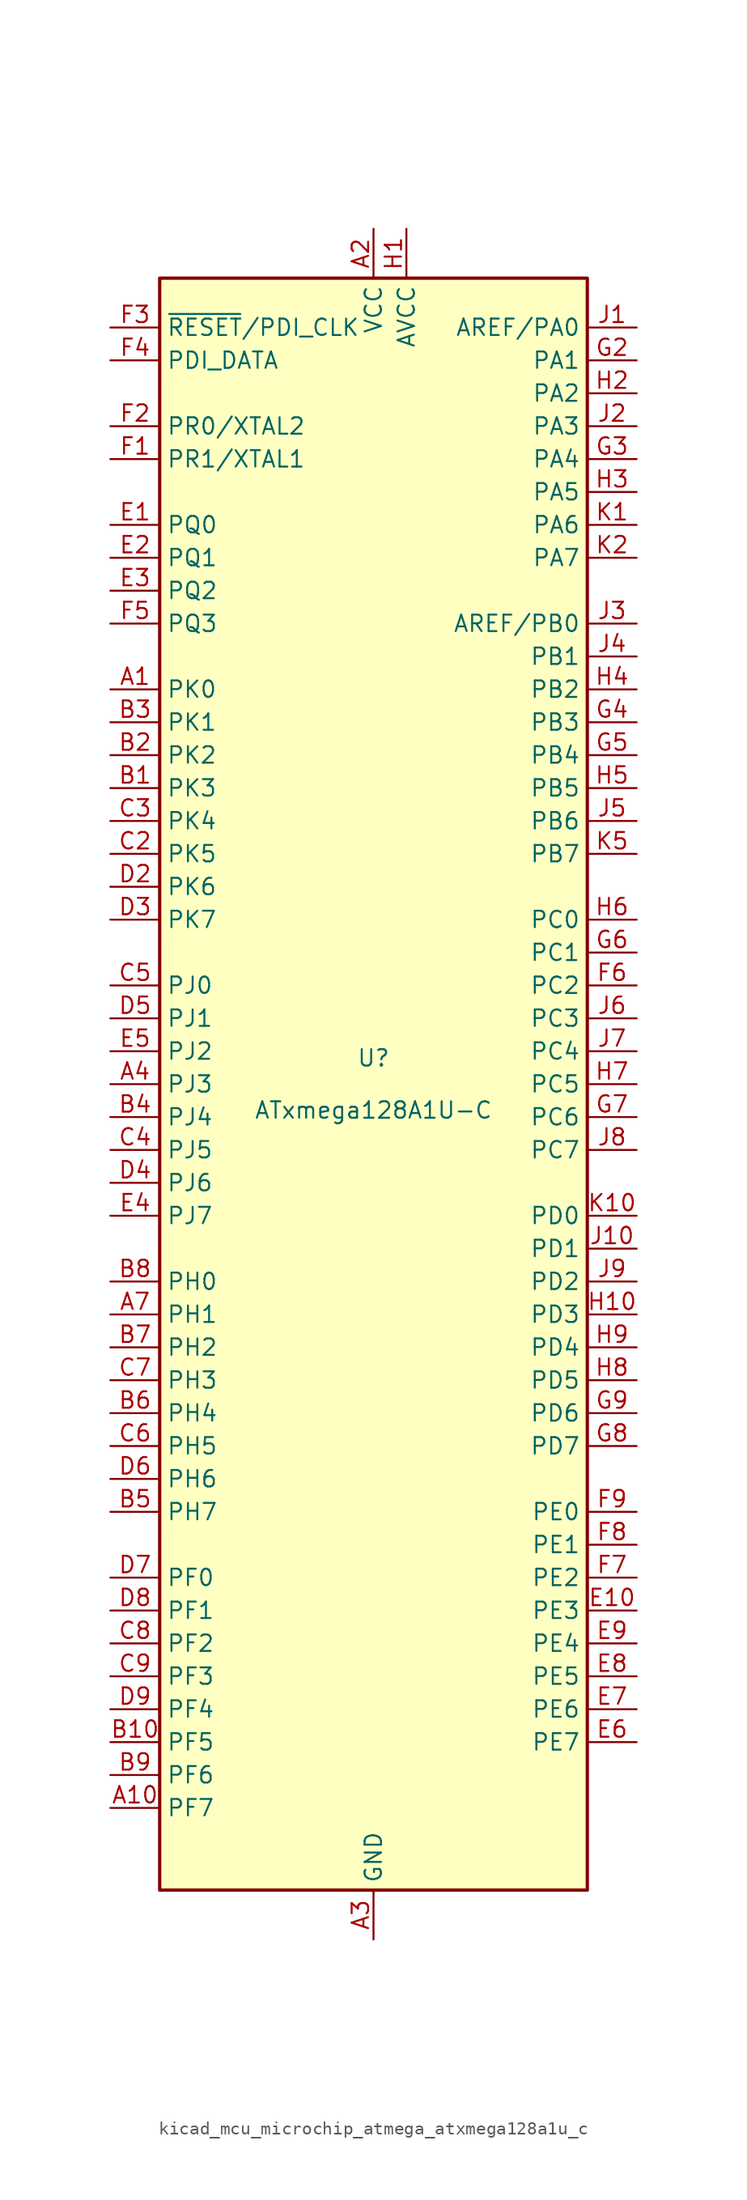
<source format=kicad_sym>
(kicad_symbol_lib
  (version 20220914)
  (generator kicad_symbol_editor)
  (symbol "kicad_mcu_microchip_atmega_atxmega128a1u_c"
    (property "Reference" "U"
      (at 0 1.27 0)
      (effects (font (size 1.27 1.27)) (justify bottom)))
    (property "Value" "ATxmega128A1U-C"
      (at 0 -1.27 0)
      (effects (font (size 1.27 1.27)) (justify top)))
    (symbol "kicad_mcu_microchip_atmega_atxmega128a1u_c_0_1"
      (rectangle (start -16.51 -62.23) (end 16.51 62.23) (stroke (width 0.254) (type default)) (fill (type background))))
    (symbol "kicad_mcu_microchip_atmega_atxmega128a1u_c_1_1"
      (pin bidirectional line (at -20.32 30.48 0) (length 3.81) (name "PK0" (effects (font (size 1.27 1.27)))) (number "A1" (effects (font (size 1.27 1.27)))))
      (pin bidirectional line (at -20.32 -55.88 0) (length 3.81) (name "PF7" (effects (font (size 1.27 1.27)))) (number "A10" (effects (font (size 1.27 1.27)))))
      (pin power_in line (at 0 66.04 270) (length 3.81) (name "VCC" (effects (font (size 1.27 1.27)))) (number "A2" (effects (font (size 1.27 1.27)))))
      (pin power_in line (at 0 -66.04 90) (length 3.81) (name "GND" (effects (font (size 1.27 1.27)))) (number "A3" (effects (font (size 1.27 1.27)))))
      (pin bidirectional line (at -20.32 0 0) (length 3.81) (name "PJ3" (effects (font (size 1.27 1.27)))) (number "A4" (effects (font (size 1.27 1.27)))))
      (pin passive line (at 0 66.04 270) (length 3.81) hide (name "VCC" (effects (font (size 1.27 1.27)))) (number "A5" (effects (font (size 1.27 1.27)))))
      (pin passive line (at 0 -66.04 90) (length 3.81) hide (name "GND" (effects (font (size 1.27 1.27)))) (number "A6" (effects (font (size 1.27 1.27)))))
      (pin bidirectional line (at -20.32 -17.78 0) (length 3.81) (name "PH1" (effects (font (size 1.27 1.27)))) (number "A7" (effects (font (size 1.27 1.27)))))
      (pin passive line (at 0 -66.04 90) (length 3.81) hide (name "GND" (effects (font (size 1.27 1.27)))) (number "A8" (effects (font (size 1.27 1.27)))))
      (pin passive line (at 0 66.04 270) (length 3.81) hide (name "VCC" (effects (font (size 1.27 1.27)))) (number "A9" (effects (font (size 1.27 1.27)))))
      (pin bidirectional line (at -20.32 22.86 0) (length 3.81) (name "PK3" (effects (font (size 1.27 1.27)))) (number "B1" (effects (font (size 1.27 1.27)))))
      (pin bidirectional line (at -20.32 -50.8 0) (length 3.81) (name "PF5" (effects (font (size 1.27 1.27)))) (number "B10" (effects (font (size 1.27 1.27)))))
      (pin bidirectional line (at -20.32 25.4 0) (length 3.81) (name "PK2" (effects (font (size 1.27 1.27)))) (number "B2" (effects (font (size 1.27 1.27)))))
      (pin bidirectional line (at -20.32 27.94 0) (length 3.81) (name "PK1" (effects (font (size 1.27 1.27)))) (number "B3" (effects (font (size 1.27 1.27)))))
      (pin bidirectional line (at -20.32 -2.54 0) (length 3.81) (name "PJ4" (effects (font (size 1.27 1.27)))) (number "B4" (effects (font (size 1.27 1.27)))))
      (pin bidirectional line (at -20.32 -33.02 0) (length 3.81) (name "PH7" (effects (font (size 1.27 1.27)))) (number "B5" (effects (font (size 1.27 1.27)))))
      (pin bidirectional line (at -20.32 -25.4 0) (length 3.81) (name "PH4" (effects (font (size 1.27 1.27)))) (number "B6" (effects (font (size 1.27 1.27)))))
      (pin bidirectional line (at -20.32 -20.32 0) (length 3.81) (name "PH2" (effects (font (size 1.27 1.27)))) (number "B7" (effects (font (size 1.27 1.27)))))
      (pin bidirectional line (at -20.32 -15.24 0) (length 3.81) (name "PH0" (effects (font (size 1.27 1.27)))) (number "B8" (effects (font (size 1.27 1.27)))))
      (pin bidirectional line (at -20.32 -53.34 0) (length 3.81) (name "PF6" (effects (font (size 1.27 1.27)))) (number "B9" (effects (font (size 1.27 1.27)))))
      (pin passive line (at 0 66.04 270) (length 3.81) hide (name "VCC" (effects (font (size 1.27 1.27)))) (number "C1" (effects (font (size 1.27 1.27)))))
      (pin passive line (at 0 66.04 270) (length 3.81) hide (name "VCC" (effects (font (size 1.27 1.27)))) (number "C10" (effects (font (size 1.27 1.27)))))
      (pin bidirectional line (at -20.32 17.78 0) (length 3.81) (name "PK5" (effects (font (size 1.27 1.27)))) (number "C2" (effects (font (size 1.27 1.27)))))
      (pin bidirectional line (at -20.32 20.32 0) (length 3.81) (name "PK4" (effects (font (size 1.27 1.27)))) (number "C3" (effects (font (size 1.27 1.27)))))
      (pin bidirectional line (at -20.32 -5.08 0) (length 3.81) (name "PJ5" (effects (font (size 1.27 1.27)))) (number "C4" (effects (font (size 1.27 1.27)))))
      (pin bidirectional line (at -20.32 7.62 0) (length 3.81) (name "PJ0" (effects (font (size 1.27 1.27)))) (number "C5" (effects (font (size 1.27 1.27)))))
      (pin bidirectional line (at -20.32 -27.94 0) (length 3.81) (name "PH5" (effects (font (size 1.27 1.27)))) (number "C6" (effects (font (size 1.27 1.27)))))
      (pin bidirectional line (at -20.32 -22.86 0) (length 3.81) (name "PH3" (effects (font (size 1.27 1.27)))) (number "C7" (effects (font (size 1.27 1.27)))))
      (pin bidirectional line (at -20.32 -43.18 0) (length 3.81) (name "PF2" (effects (font (size 1.27 1.27)))) (number "C8" (effects (font (size 1.27 1.27)))))
      (pin bidirectional line (at -20.32 -45.72 0) (length 3.81) (name "PF3" (effects (font (size 1.27 1.27)))) (number "C9" (effects (font (size 1.27 1.27)))))
      (pin passive line (at 0 -66.04 90) (length 3.81) hide (name "GND" (effects (font (size 1.27 1.27)))) (number "D1" (effects (font (size 1.27 1.27)))))
      (pin passive line (at 0 -66.04 90) (length 3.81) hide (name "GND" (effects (font (size 1.27 1.27)))) (number "D10" (effects (font (size 1.27 1.27)))))
      (pin bidirectional line (at -20.32 15.24 0) (length 3.81) (name "PK6" (effects (font (size 1.27 1.27)))) (number "D2" (effects (font (size 1.27 1.27)))))
      (pin bidirectional line (at -20.32 12.7 0) (length 3.81) (name "PK7" (effects (font (size 1.27 1.27)))) (number "D3" (effects (font (size 1.27 1.27)))))
      (pin bidirectional line (at -20.32 -7.62 0) (length 3.81) (name "PJ6" (effects (font (size 1.27 1.27)))) (number "D4" (effects (font (size 1.27 1.27)))))
      (pin bidirectional line (at -20.32 5.08 0) (length 3.81) (name "PJ1" (effects (font (size 1.27 1.27)))) (number "D5" (effects (font (size 1.27 1.27)))))
      (pin bidirectional line (at -20.32 -30.48 0) (length 3.81) (name "PH6" (effects (font (size 1.27 1.27)))) (number "D6" (effects (font (size 1.27 1.27)))))
      (pin bidirectional line (at -20.32 -38.1 0) (length 3.81) (name "PF0" (effects (font (size 1.27 1.27)))) (number "D7" (effects (font (size 1.27 1.27)))))
      (pin bidirectional line (at -20.32 -40.64 0) (length 3.81) (name "PF1" (effects (font (size 1.27 1.27)))) (number "D8" (effects (font (size 1.27 1.27)))))
      (pin bidirectional line (at -20.32 -48.26 0) (length 3.81) (name "PF4" (effects (font (size 1.27 1.27)))) (number "D9" (effects (font (size 1.27 1.27)))))
      (pin bidirectional line (at -20.32 43.18 0) (length 3.81) (name "PQ0" (effects (font (size 1.27 1.27)))) (number "E1" (effects (font (size 1.27 1.27)))))
      (pin bidirectional line (at 20.32 -40.64 180) (length 3.81) (name "PE3" (effects (font (size 1.27 1.27)))) (number "E10" (effects (font (size 1.27 1.27)))))
      (pin bidirectional line (at -20.32 40.64 0) (length 3.81) (name "PQ1" (effects (font (size 1.27 1.27)))) (number "E2" (effects (font (size 1.27 1.27)))))
      (pin bidirectional line (at -20.32 38.1 0) (length 3.81) (name "PQ2" (effects (font (size 1.27 1.27)))) (number "E3" (effects (font (size 1.27 1.27)))))
      (pin bidirectional line (at -20.32 -10.16 0) (length 3.81) (name "PJ7" (effects (font (size 1.27 1.27)))) (number "E4" (effects (font (size 1.27 1.27)))))
      (pin bidirectional line (at -20.32 2.54 0) (length 3.81) (name "PJ2" (effects (font (size 1.27 1.27)))) (number "E5" (effects (font (size 1.27 1.27)))))
      (pin bidirectional line (at 20.32 -50.8 180) (length 3.81) (name "PE7" (effects (font (size 1.27 1.27)))) (number "E6" (effects (font (size 1.27 1.27)))))
      (pin bidirectional line (at 20.32 -48.26 180) (length 3.81) (name "PE6" (effects (font (size 1.27 1.27)))) (number "E7" (effects (font (size 1.27 1.27)))))
      (pin bidirectional line (at 20.32 -45.72 180) (length 3.81) (name "PE5" (effects (font (size 1.27 1.27)))) (number "E8" (effects (font (size 1.27 1.27)))))
      (pin bidirectional line (at 20.32 -43.18 180) (length 3.81) (name "PE4" (effects (font (size 1.27 1.27)))) (number "E9" (effects (font (size 1.27 1.27)))))
      (pin bidirectional line (at -20.32 48.26 0) (length 3.81) (name "PR1/XTAL1" (effects (font (size 1.27 1.27)))) (number "F1" (effects (font (size 1.27 1.27)))))
      (pin passive line (at 0 66.04 270) (length 3.81) hide (name "VCC" (effects (font (size 1.27 1.27)))) (number "F10" (effects (font (size 1.27 1.27)))))
      (pin bidirectional line (at -20.32 50.8 0) (length 3.81) (name "PR0/XTAL2" (effects (font (size 1.27 1.27)))) (number "F2" (effects (font (size 1.27 1.27)))))
      (pin input line (at -20.32 58.42 0) (length 3.81) (name "~{RESET}/PDI_CLK" (effects (font (size 1.27 1.27)))) (number "F3" (effects (font (size 1.27 1.27)))))
      (pin bidirectional line (at -20.32 55.88 0) (length 3.81) (name "PDI_DATA" (effects (font (size 1.27 1.27)))) (number "F4" (effects (font (size 1.27 1.27)))))
      (pin bidirectional line (at -20.32 35.56 0) (length 3.81) (name "PQ3" (effects (font (size 1.27 1.27)))) (number "F5" (effects (font (size 1.27 1.27)))))
      (pin bidirectional line (at 20.32 7.62 180) (length 3.81) (name "PC2" (effects (font (size 1.27 1.27)))) (number "F6" (effects (font (size 1.27 1.27)))))
      (pin bidirectional line (at 20.32 -38.1 180) (length 3.81) (name "PE2" (effects (font (size 1.27 1.27)))) (number "F7" (effects (font (size 1.27 1.27)))))
      (pin bidirectional line (at 20.32 -35.56 180) (length 3.81) (name "PE1" (effects (font (size 1.27 1.27)))) (number "F8" (effects (font (size 1.27 1.27)))))
      (pin bidirectional line (at 20.32 -33.02 180) (length 3.81) (name "PE0" (effects (font (size 1.27 1.27)))) (number "F9" (effects (font (size 1.27 1.27)))))
      (pin passive line (at 0 -66.04 90) (length 3.81) hide (name "GND" (effects (font (size 1.27 1.27)))) (number "G1" (effects (font (size 1.27 1.27)))))
      (pin passive line (at 0 -66.04 90) (length 3.81) hide (name "GND" (effects (font (size 1.27 1.27)))) (number "G10" (effects (font (size 1.27 1.27)))))
      (pin bidirectional line (at 20.32 55.88 180) (length 3.81) (name "PA1" (effects (font (size 1.27 1.27)))) (number "G2" (effects (font (size 1.27 1.27)))))
      (pin bidirectional line (at 20.32 48.26 180) (length 3.81) (name "PA4" (effects (font (size 1.27 1.27)))) (number "G3" (effects (font (size 1.27 1.27)))))
      (pin bidirectional line (at 20.32 27.94 180) (length 3.81) (name "PB3" (effects (font (size 1.27 1.27)))) (number "G4" (effects (font (size 1.27 1.27)))))
      (pin bidirectional line (at 20.32 25.4 180) (length 3.81) (name "PB4" (effects (font (size 1.27 1.27)))) (number "G5" (effects (font (size 1.27 1.27)))))
      (pin bidirectional line (at 20.32 10.16 180) (length 3.81) (name "PC1" (effects (font (size 1.27 1.27)))) (number "G6" (effects (font (size 1.27 1.27)))))
      (pin bidirectional line (at 20.32 -2.54 180) (length 3.81) (name "PC6" (effects (font (size 1.27 1.27)))) (number "G7" (effects (font (size 1.27 1.27)))))
      (pin bidirectional line (at 20.32 -27.94 180) (length 3.81) (name "PD7" (effects (font (size 1.27 1.27)))) (number "G8" (effects (font (size 1.27 1.27)))))
      (pin bidirectional line (at 20.32 -25.4 180) (length 3.81) (name "PD6" (effects (font (size 1.27 1.27)))) (number "G9" (effects (font (size 1.27 1.27)))))
      (pin power_in line (at 2.54 66.04 270) (length 3.81) (name "AVCC" (effects (font (size 1.27 1.27)))) (number "H1" (effects (font (size 1.27 1.27)))))
      (pin bidirectional line (at 20.32 -17.78 180) (length 3.81) (name "PD3" (effects (font (size 1.27 1.27)))) (number "H10" (effects (font (size 1.27 1.27)))))
      (pin bidirectional line (at 20.32 53.34 180) (length 3.81) (name "PA2" (effects (font (size 1.27 1.27)))) (number "H2" (effects (font (size 1.27 1.27)))))
      (pin bidirectional line (at 20.32 45.72 180) (length 3.81) (name "PA5" (effects (font (size 1.27 1.27)))) (number "H3" (effects (font (size 1.27 1.27)))))
      (pin bidirectional line (at 20.32 30.48 180) (length 3.81) (name "PB2" (effects (font (size 1.27 1.27)))) (number "H4" (effects (font (size 1.27 1.27)))))
      (pin bidirectional line (at 20.32 22.86 180) (length 3.81) (name "PB5" (effects (font (size 1.27 1.27)))) (number "H5" (effects (font (size 1.27 1.27)))))
      (pin bidirectional line (at 20.32 12.7 180) (length 3.81) (name "PC0" (effects (font (size 1.27 1.27)))) (number "H6" (effects (font (size 1.27 1.27)))))
      (pin bidirectional line (at 20.32 0 180) (length 3.81) (name "PC5" (effects (font (size 1.27 1.27)))) (number "H7" (effects (font (size 1.27 1.27)))))
      (pin bidirectional line (at 20.32 -22.86 180) (length 3.81) (name "PD5" (effects (font (size 1.27 1.27)))) (number "H8" (effects (font (size 1.27 1.27)))))
      (pin bidirectional line (at 20.32 -20.32 180) (length 3.81) (name "PD4" (effects (font (size 1.27 1.27)))) (number "H9" (effects (font (size 1.27 1.27)))))
      (pin bidirectional line (at 20.32 58.42 180) (length 3.81) (name "AREF/PA0" (effects (font (size 1.27 1.27)))) (number "J1" (effects (font (size 1.27 1.27)))))
      (pin bidirectional line (at 20.32 -12.7 180) (length 3.81) (name "PD1" (effects (font (size 1.27 1.27)))) (number "J10" (effects (font (size 1.27 1.27)))))
      (pin bidirectional line (at 20.32 50.8 180) (length 3.81) (name "PA3" (effects (font (size 1.27 1.27)))) (number "J2" (effects (font (size 1.27 1.27)))))
      (pin bidirectional line (at 20.32 35.56 180) (length 3.81) (name "AREF/PB0" (effects (font (size 1.27 1.27)))) (number "J3" (effects (font (size 1.27 1.27)))))
      (pin bidirectional line (at 20.32 33.02 180) (length 3.81) (name "PB1" (effects (font (size 1.27 1.27)))) (number "J4" (effects (font (size 1.27 1.27)))))
      (pin bidirectional line (at 20.32 20.32 180) (length 3.81) (name "PB6" (effects (font (size 1.27 1.27)))) (number "J5" (effects (font (size 1.27 1.27)))))
      (pin bidirectional line (at 20.32 5.08 180) (length 3.81) (name "PC3" (effects (font (size 1.27 1.27)))) (number "J6" (effects (font (size 1.27 1.27)))))
      (pin bidirectional line (at 20.32 2.54 180) (length 3.81) (name "PC4" (effects (font (size 1.27 1.27)))) (number "J7" (effects (font (size 1.27 1.27)))))
      (pin bidirectional line (at 20.32 -5.08 180) (length 3.81) (name "PC7" (effects (font (size 1.27 1.27)))) (number "J8" (effects (font (size 1.27 1.27)))))
      (pin bidirectional line (at 20.32 -15.24 180) (length 3.81) (name "PD2" (effects (font (size 1.27 1.27)))) (number "J9" (effects (font (size 1.27 1.27)))))
      (pin bidirectional line (at 20.32 43.18 180) (length 3.81) (name "PA6" (effects (font (size 1.27 1.27)))) (number "K1" (effects (font (size 1.27 1.27)))))
      (pin bidirectional line (at 20.32 -10.16 180) (length 3.81) (name "PD0" (effects (font (size 1.27 1.27)))) (number "K10" (effects (font (size 1.27 1.27)))))
      (pin bidirectional line (at 20.32 40.64 180) (length 3.81) (name "PA7" (effects (font (size 1.27 1.27)))) (number "K2" (effects (font (size 1.27 1.27)))))
      (pin passive line (at 0 -66.04 90) (length 3.81) hide (name "GND" (effects (font (size 1.27 1.27)))) (number "K3" (effects (font (size 1.27 1.27)))))
      (pin passive line (at 2.54 66.04 270) (length 3.81) hide (name "AVCC" (effects (font (size 1.27 1.27)))) (number "K4" (effects (font (size 1.27 1.27)))))
      (pin bidirectional line (at 20.32 17.78 180) (length 3.81) (name "PB7" (effects (font (size 1.27 1.27)))) (number "K5" (effects (font (size 1.27 1.27)))))
      (pin passive line (at 0 66.04 270) (length 3.81) hide (name "VCC" (effects (font (size 1.27 1.27)))) (number "K6" (effects (font (size 1.27 1.27)))))
      (pin passive line (at 0 -66.04 90) (length 3.81) hide (name "GND" (effects (font (size 1.27 1.27)))) (number "K7" (effects (font (size 1.27 1.27)))))
      (pin passive line (at 0 66.04 270) (length 3.81) hide (name "VCC" (effects (font (size 1.27 1.27)))) (number "K8" (effects (font (size 1.27 1.27)))))
      (pin passive line (at 0 -66.04 90) (length 3.81) hide (name "GND" (effects (font (size 1.27 1.27)))) (number "K9" (effects (font (size 1.27 1.27))))))))
</source>
